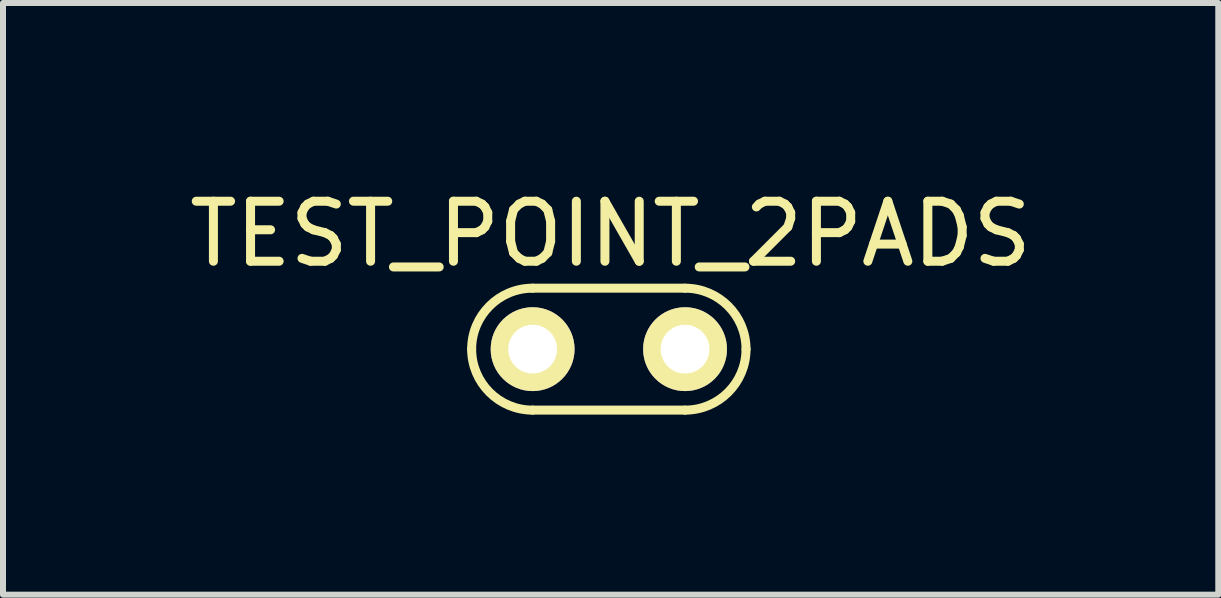
<source format=kicad_pcb>
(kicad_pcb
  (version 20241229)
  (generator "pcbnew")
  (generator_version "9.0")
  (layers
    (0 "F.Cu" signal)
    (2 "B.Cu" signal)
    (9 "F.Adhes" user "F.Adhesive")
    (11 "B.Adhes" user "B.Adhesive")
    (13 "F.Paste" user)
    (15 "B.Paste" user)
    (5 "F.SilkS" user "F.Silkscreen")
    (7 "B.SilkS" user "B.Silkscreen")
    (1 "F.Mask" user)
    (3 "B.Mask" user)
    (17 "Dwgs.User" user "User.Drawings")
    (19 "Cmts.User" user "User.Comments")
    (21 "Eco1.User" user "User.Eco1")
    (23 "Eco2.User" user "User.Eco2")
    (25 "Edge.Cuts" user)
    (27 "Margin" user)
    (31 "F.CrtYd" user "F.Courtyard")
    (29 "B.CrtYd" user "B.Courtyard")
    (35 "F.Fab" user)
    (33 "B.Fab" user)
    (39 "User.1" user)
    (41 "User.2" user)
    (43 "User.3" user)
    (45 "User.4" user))
  (footprint "TEST_POINT_2PADS"
    (layer "F.Cu")
    (at 7.095 2.768)
    (property "Reference" "TEST_POINT_2PADS" (at 0.03 -1.92 0) (layer "F.SilkS") (effects (font (size 1 1) (thickness 0.15))))
    (attr through_hole)
    (fp_line (start 1.27 -1.016) (end -1.27 -1.016) (stroke (width 0.15) (type solid)) (layer "F.SilkS"))
    (fp_line (start 1.27 1.016) (end -1.27 1.016) (stroke (width 0.15) (type solid)) (layer "F.SilkS"))
    (fp_arc (start -2.286 0) (mid -1.98842 -0.71842) (end -1.27 -1.016) (stroke (width 0.15) (type solid)) (layer "F.SilkS"))
    (fp_arc (start -1.27 1.016) (mid -1.98842 0.71842) (end -2.286 0) (stroke (width 0.15) (type solid)) (layer "F.SilkS"))
    (fp_arc (start 1.27 -1.016) (mid 1.98842 -0.71842) (end 2.286 0) (stroke (width 0.15) (type solid)) (layer "F.SilkS"))
    (fp_arc (start 2.286 0) (mid 1.98842 0.71842) (end 1.27 1.016) (stroke (width 0.15) (type solid)) (layer "F.SilkS"))
    (pad "1" thru_hole circle (at -1.27 0) (size 1.397 1.397) (drill 0.813) (layers "*.Cu" "*.Mask" "F.SilkS"))
    (pad "2" thru_hole circle (at 1.27 0) (size 1.397 1.397) (drill 0.813) (layers "*.Cu" "*.Mask" "F.SilkS")))
  (gr_rect
    (start -3 -3)
    (end 17.25 6.859)
    (stroke (width 0.1) (type default))
    (fill no)
    (layer "Edge.Cuts")))
</source>
